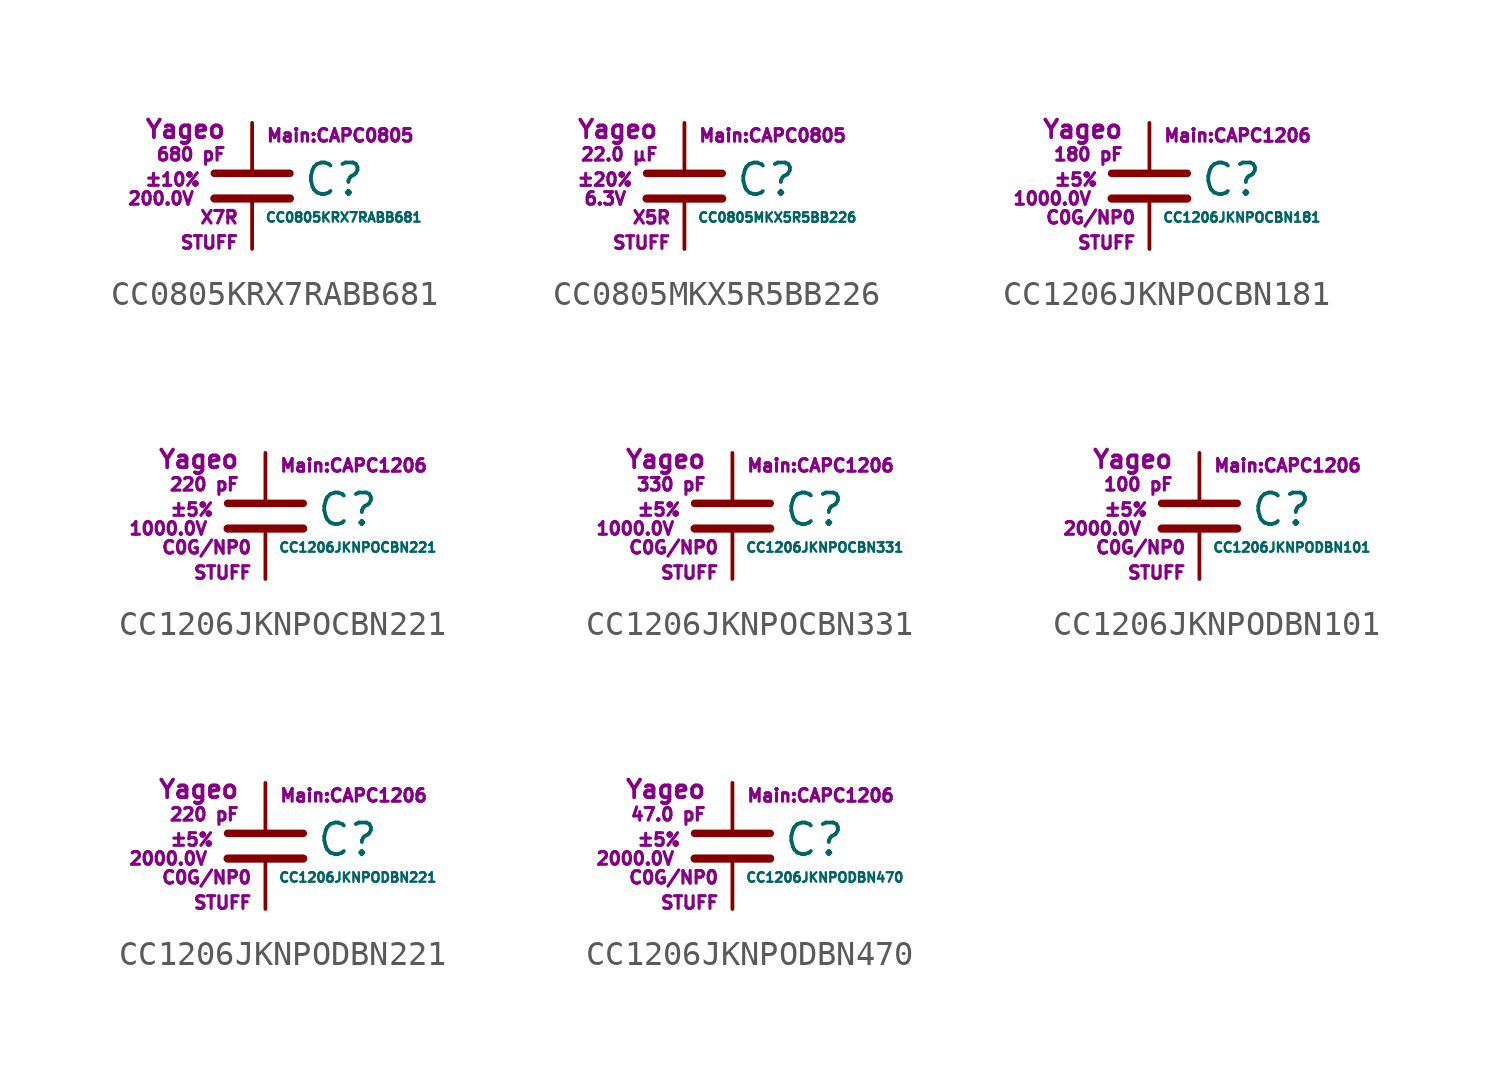
<source format=kicad_sym>
(kicad_symbol_lib
  (version 20211014)
  (generator kicad_symbol_editor)
  (symbol "CC0805KRX7RABB681"
    (pin_numbers hide)
    (pin_names
      (offset 0.254) hide)
    (property "Reference" "C"
      (at 2.032 0.254 0)
      (effects (font (size 1.27 1.27)) (justify left)))
    (property "Value" "CC0805KRX7RABB681"
      (at 0.508 -1.27 0)
      (effects (font (size 0.381 0.381)) (justify left)))
    (property "Footprint" "Main:CAPC0805"
      (at 3.556 2.032 0)
      (effects (font (size 0.508 0.508))))
    (property "Datasheet" ""
      (at 0.762 0.508 0)
      (effects (font (size 1.27 1.27))))
    (property "Manufacturer" "Yageo"
      (at -1.016 2.286 0)
      (effects (font (size 0.711 0.711)) (justify right)))
    (property "SKU" "STUFF"
      (at -0.508 -2.286 0)
      (effects (font (size 0.508 0.508)) (justify right)))
    (property "C" "680 pF"
      (at -1.016 1.27 0)
      (effects (font (size 0.508 0.508)) (justify right)))
    (property "Tol" "±10%"
      (at -2.032 0.254 0)
      (effects (font (size 0.508 0.508)) (justify right)))
    (property "Vmax" "200.0V"
      (at -2.286 -0.508 0)
      (effects (font (size 0.508 0.508)) (justify right)))
    (property "Type" "X7R"
      (at -0.508 -1.27 0)
      (effects (font (size 0.508 0.508)) (justify right)))
    (symbol "CC0805KRX7RABB681_0_1"
      (polyline (pts (xy -1.524 -0.508) (xy 1.524 -0.508)) (stroke (width 0.33) (type default) (color 0 0 0 0)) (fill (type none)))
      (polyline (pts (xy -1.524 0.508) (xy 1.524 0.508)) (stroke (width 0.305) (type default) (color 0 0 0 0)) (fill (type none))))
    (symbol "CC0805KRX7RABB681_1_1"
      (pin passive line (at 0 2.54 270) (length 1.905) (name "~" (effects (font (size 1.016 1.016)))) (number "1" (effects (font (size 1.016 1.016)))))
      (pin passive line (at 0 -2.54 90) (length 2.032) (name "~" (effects (font (size 1.016 1.016)))) (number "2" (effects (font (size 1.016 1.016)))))))
  (symbol "CC0805MKX5R5BB226"
    (pin_numbers hide)
    (pin_names
      (offset 0.254) hide)
    (property "Reference" "C"
      (at 2.032 0.254 0)
      (effects (font (size 1.27 1.27)) (justify left)))
    (property "Value" "CC0805MKX5R5BB226"
      (at 0.508 -1.27 0)
      (effects (font (size 0.381 0.381)) (justify left)))
    (property "Footprint" "Main:CAPC0805"
      (at 3.556 2.032 0)
      (effects (font (size 0.508 0.508))))
    (property "Datasheet" ""
      (at 0.762 0.508 0)
      (effects (font (size 1.27 1.27))))
    (property "Manufacturer" "Yageo"
      (at -1.016 2.286 0)
      (effects (font (size 0.711 0.711)) (justify right)))
    (property "SKU" "STUFF"
      (at -0.508 -2.286 0)
      (effects (font (size 0.508 0.508)) (justify right)))
    (property "C" "22.0 µF"
      (at -1.016 1.27 0)
      (effects (font (size 0.508 0.508)) (justify right)))
    (property "Tol" "±20%"
      (at -2.032 0.254 0)
      (effects (font (size 0.508 0.508)) (justify right)))
    (property "Vmax" "6.3V"
      (at -2.286 -0.508 0)
      (effects (font (size 0.508 0.508)) (justify right)))
    (property "Type" "X5R"
      (at -0.508 -1.27 0)
      (effects (font (size 0.508 0.508)) (justify right)))
    (symbol "CC0805MKX5R5BB226_0_1"
      (polyline (pts (xy -1.524 -0.508) (xy 1.524 -0.508)) (stroke (width 0.33) (type default) (color 0 0 0 0)) (fill (type none)))
      (polyline (pts (xy -1.524 0.508) (xy 1.524 0.508)) (stroke (width 0.305) (type default) (color 0 0 0 0)) (fill (type none))))
    (symbol "CC0805MKX5R5BB226_1_1"
      (pin passive line (at 0 2.54 270) (length 1.905) (name "~" (effects (font (size 1.016 1.016)))) (number "1" (effects (font (size 1.016 1.016)))))
      (pin passive line (at 0 -2.54 90) (length 2.032) (name "~" (effects (font (size 1.016 1.016)))) (number "2" (effects (font (size 1.016 1.016)))))))
  (symbol "CC1206JKNPOCBN181"
    (pin_numbers hide)
    (pin_names
      (offset 0.254) hide)
    (property "Reference" "C"
      (at 2.032 0.254 0)
      (effects (font (size 1.27 1.27)) (justify left)))
    (property "Value" "CC1206JKNPOCBN181"
      (at 0.508 -1.27 0)
      (effects (font (size 0.381 0.381)) (justify left)))
    (property "Footprint" "Main:CAPC1206"
      (at 3.556 2.032 0)
      (effects (font (size 0.508 0.508))))
    (property "Datasheet" ""
      (at 0.762 0.508 0)
      (effects (font (size 1.27 1.27))))
    (property "Manufacturer" "Yageo"
      (at -1.016 2.286 0)
      (effects (font (size 0.711 0.711)) (justify right)))
    (property "SKU" "STUFF"
      (at -0.508 -2.286 0)
      (effects (font (size 0.508 0.508)) (justify right)))
    (property "C" "180 pF"
      (at -1.016 1.27 0)
      (effects (font (size 0.508 0.508)) (justify right)))
    (property "Tol" "±5%"
      (at -2.032 0.254 0)
      (effects (font (size 0.508 0.508)) (justify right)))
    (property "Vmax" "1000.0V"
      (at -2.286 -0.508 0)
      (effects (font (size 0.508 0.508)) (justify right)))
    (property "Type" "C0G/NP0"
      (at -0.508 -1.27 0)
      (effects (font (size 0.508 0.508)) (justify right)))
    (symbol "CC1206JKNPOCBN181_0_1"
      (polyline (pts (xy -1.524 -0.508) (xy 1.524 -0.508)) (stroke (width 0.33) (type default) (color 0 0 0 0)) (fill (type none)))
      (polyline (pts (xy -1.524 0.508) (xy 1.524 0.508)) (stroke (width 0.305) (type default) (color 0 0 0 0)) (fill (type none))))
    (symbol "CC1206JKNPOCBN181_1_1"
      (pin passive line (at 0 2.54 270) (length 1.905) (name "~" (effects (font (size 1.016 1.016)))) (number "1" (effects (font (size 1.016 1.016)))))
      (pin passive line (at 0 -2.54 90) (length 2.032) (name "~" (effects (font (size 1.016 1.016)))) (number "2" (effects (font (size 1.016 1.016)))))))
  (symbol "CC1206JKNPOCBN221"
    (pin_numbers hide)
    (pin_names
      (offset 0.254) hide)
    (property "Reference" "C"
      (at 2.032 0.254 0)
      (effects (font (size 1.27 1.27)) (justify left)))
    (property "Value" "CC1206JKNPOCBN221"
      (at 0.508 -1.27 0)
      (effects (font (size 0.381 0.381)) (justify left)))
    (property "Footprint" "Main:CAPC1206"
      (at 3.556 2.032 0)
      (effects (font (size 0.508 0.508))))
    (property "Datasheet" ""
      (at 0.762 0.508 0)
      (effects (font (size 1.27 1.27))))
    (property "Manufacturer" "Yageo"
      (at -1.016 2.286 0)
      (effects (font (size 0.711 0.711)) (justify right)))
    (property "SKU" "STUFF"
      (at -0.508 -2.286 0)
      (effects (font (size 0.508 0.508)) (justify right)))
    (property "C" "220 pF"
      (at -1.016 1.27 0)
      (effects (font (size 0.508 0.508)) (justify right)))
    (property "Tol" "±5%"
      (at -2.032 0.254 0)
      (effects (font (size 0.508 0.508)) (justify right)))
    (property "Vmax" "1000.0V"
      (at -2.286 -0.508 0)
      (effects (font (size 0.508 0.508)) (justify right)))
    (property "Type" "C0G/NP0"
      (at -0.508 -1.27 0)
      (effects (font (size 0.508 0.508)) (justify right)))
    (symbol "CC1206JKNPOCBN221_0_1"
      (polyline (pts (xy -1.524 -0.508) (xy 1.524 -0.508)) (stroke (width 0.33) (type default) (color 0 0 0 0)) (fill (type none)))
      (polyline (pts (xy -1.524 0.508) (xy 1.524 0.508)) (stroke (width 0.305) (type default) (color 0 0 0 0)) (fill (type none))))
    (symbol "CC1206JKNPOCBN221_1_1"
      (pin passive line (at 0 2.54 270) (length 1.905) (name "~" (effects (font (size 1.016 1.016)))) (number "1" (effects (font (size 1.016 1.016)))))
      (pin passive line (at 0 -2.54 90) (length 2.032) (name "~" (effects (font (size 1.016 1.016)))) (number "2" (effects (font (size 1.016 1.016)))))))
  (symbol "CC1206JKNPOCBN331"
    (pin_numbers hide)
    (pin_names
      (offset 0.254) hide)
    (property "Reference" "C"
      (at 2.032 0.254 0)
      (effects (font (size 1.27 1.27)) (justify left)))
    (property "Value" "CC1206JKNPOCBN331"
      (at 0.508 -1.27 0)
      (effects (font (size 0.381 0.381)) (justify left)))
    (property "Footprint" "Main:CAPC1206"
      (at 3.556 2.032 0)
      (effects (font (size 0.508 0.508))))
    (property "Datasheet" ""
      (at 0.762 0.508 0)
      (effects (font (size 1.27 1.27))))
    (property "Manufacturer" "Yageo"
      (at -1.016 2.286 0)
      (effects (font (size 0.711 0.711)) (justify right)))
    (property "SKU" "STUFF"
      (at -0.508 -2.286 0)
      (effects (font (size 0.508 0.508)) (justify right)))
    (property "C" "330 pF"
      (at -1.016 1.27 0)
      (effects (font (size 0.508 0.508)) (justify right)))
    (property "Tol" "±5%"
      (at -2.032 0.254 0)
      (effects (font (size 0.508 0.508)) (justify right)))
    (property "Vmax" "1000.0V"
      (at -2.286 -0.508 0)
      (effects (font (size 0.508 0.508)) (justify right)))
    (property "Type" "C0G/NP0"
      (at -0.508 -1.27 0)
      (effects (font (size 0.508 0.508)) (justify right)))
    (symbol "CC1206JKNPOCBN331_0_1"
      (polyline (pts (xy -1.524 -0.508) (xy 1.524 -0.508)) (stroke (width 0.33) (type default) (color 0 0 0 0)) (fill (type none)))
      (polyline (pts (xy -1.524 0.508) (xy 1.524 0.508)) (stroke (width 0.305) (type default) (color 0 0 0 0)) (fill (type none))))
    (symbol "CC1206JKNPOCBN331_1_1"
      (pin passive line (at 0 2.54 270) (length 1.905) (name "~" (effects (font (size 1.016 1.016)))) (number "1" (effects (font (size 1.016 1.016)))))
      (pin passive line (at 0 -2.54 90) (length 2.032) (name "~" (effects (font (size 1.016 1.016)))) (number "2" (effects (font (size 1.016 1.016)))))))
  (symbol "CC1206JKNPODBN101"
    (pin_numbers hide)
    (pin_names
      (offset 0.254) hide)
    (property "Reference" "C"
      (at 2.032 0.254 0)
      (effects (font (size 1.27 1.27)) (justify left)))
    (property "Value" "CC1206JKNPODBN101"
      (at 0.508 -1.27 0)
      (effects (font (size 0.381 0.381)) (justify left)))
    (property "Footprint" "Main:CAPC1206"
      (at 3.556 2.032 0)
      (effects (font (size 0.508 0.508))))
    (property "Datasheet" ""
      (at 0.762 0.508 0)
      (effects (font (size 1.27 1.27))))
    (property "Manufacturer" "Yageo"
      (at -1.016 2.286 0)
      (effects (font (size 0.711 0.711)) (justify right)))
    (property "SKU" "STUFF"
      (at -0.508 -2.286 0)
      (effects (font (size 0.508 0.508)) (justify right)))
    (property "C" "100 pF"
      (at -1.016 1.27 0)
      (effects (font (size 0.508 0.508)) (justify right)))
    (property "Tol" "±5%"
      (at -2.032 0.254 0)
      (effects (font (size 0.508 0.508)) (justify right)))
    (property "Vmax" "2000.0V"
      (at -2.286 -0.508 0)
      (effects (font (size 0.508 0.508)) (justify right)))
    (property "Type" "C0G/NP0"
      (at -0.508 -1.27 0)
      (effects (font (size 0.508 0.508)) (justify right)))
    (symbol "CC1206JKNPODBN101_0_1"
      (polyline (pts (xy -1.524 -0.508) (xy 1.524 -0.508)) (stroke (width 0.33) (type default) (color 0 0 0 0)) (fill (type none)))
      (polyline (pts (xy -1.524 0.508) (xy 1.524 0.508)) (stroke (width 0.305) (type default) (color 0 0 0 0)) (fill (type none))))
    (symbol "CC1206JKNPODBN101_1_1"
      (pin passive line (at 0 2.54 270) (length 1.905) (name "~" (effects (font (size 1.016 1.016)))) (number "1" (effects (font (size 1.016 1.016)))))
      (pin passive line (at 0 -2.54 90) (length 2.032) (name "~" (effects (font (size 1.016 1.016)))) (number "2" (effects (font (size 1.016 1.016)))))))
  (symbol "CC1206JKNPODBN221"
    (pin_numbers hide)
    (pin_names
      (offset 0.254) hide)
    (property "Reference" "C"
      (at 2.032 0.254 0)
      (effects (font (size 1.27 1.27)) (justify left)))
    (property "Value" "CC1206JKNPODBN221"
      (at 0.508 -1.27 0)
      (effects (font (size 0.381 0.381)) (justify left)))
    (property "Footprint" "Main:CAPC1206"
      (at 3.556 2.032 0)
      (effects (font (size 0.508 0.508))))
    (property "Datasheet" ""
      (at 0.762 0.508 0)
      (effects (font (size 1.27 1.27))))
    (property "Manufacturer" "Yageo"
      (at -1.016 2.286 0)
      (effects (font (size 0.711 0.711)) (justify right)))
    (property "SKU" "STUFF"
      (at -0.508 -2.286 0)
      (effects (font (size 0.508 0.508)) (justify right)))
    (property "C" "220 pF"
      (at -1.016 1.27 0)
      (effects (font (size 0.508 0.508)) (justify right)))
    (property "Tol" "±5%"
      (at -2.032 0.254 0)
      (effects (font (size 0.508 0.508)) (justify right)))
    (property "Vmax" "2000.0V"
      (at -2.286 -0.508 0)
      (effects (font (size 0.508 0.508)) (justify right)))
    (property "Type" "C0G/NP0"
      (at -0.508 -1.27 0)
      (effects (font (size 0.508 0.508)) (justify right)))
    (symbol "CC1206JKNPODBN221_0_1"
      (polyline (pts (xy -1.524 -0.508) (xy 1.524 -0.508)) (stroke (width 0.33) (type default) (color 0 0 0 0)) (fill (type none)))
      (polyline (pts (xy -1.524 0.508) (xy 1.524 0.508)) (stroke (width 0.305) (type default) (color 0 0 0 0)) (fill (type none))))
    (symbol "CC1206JKNPODBN221_1_1"
      (pin passive line (at 0 2.54 270) (length 1.905) (name "~" (effects (font (size 1.016 1.016)))) (number "1" (effects (font (size 1.016 1.016)))))
      (pin passive line (at 0 -2.54 90) (length 2.032) (name "~" (effects (font (size 1.016 1.016)))) (number "2" (effects (font (size 1.016 1.016)))))))
  (symbol "CC1206JKNPODBN470"
    (pin_numbers hide)
    (pin_names
      (offset 0.254) hide)
    (property "Reference" "C"
      (at 2.032 0.254 0)
      (effects (font (size 1.27 1.27)) (justify left)))
    (property "Value" "CC1206JKNPODBN470"
      (at 0.508 -1.27 0)
      (effects (font (size 0.381 0.381)) (justify left)))
    (property "Footprint" "Main:CAPC1206"
      (at 3.556 2.032 0)
      (effects (font (size 0.508 0.508))))
    (property "Datasheet" ""
      (at 0.762 0.508 0)
      (effects (font (size 1.27 1.27))))
    (property "Manufacturer" "Yageo"
      (at -1.016 2.286 0)
      (effects (font (size 0.711 0.711)) (justify right)))
    (property "SKU" "STUFF"
      (at -0.508 -2.286 0)
      (effects (font (size 0.508 0.508)) (justify right)))
    (property "C" "47.0 pF"
      (at -1.016 1.27 0)
      (effects (font (size 0.508 0.508)) (justify right)))
    (property "Tol" "±5%"
      (at -2.032 0.254 0)
      (effects (font (size 0.508 0.508)) (justify right)))
    (property "Vmax" "2000.0V"
      (at -2.286 -0.508 0)
      (effects (font (size 0.508 0.508)) (justify right)))
    (property "Type" "C0G/NP0"
      (at -0.508 -1.27 0)
      (effects (font (size 0.508 0.508)) (justify right)))
    (symbol "CC1206JKNPODBN470_0_1"
      (polyline (pts (xy -1.524 -0.508) (xy 1.524 -0.508)) (stroke (width 0.33) (type default) (color 0 0 0 0)) (fill (type none)))
      (polyline (pts (xy -1.524 0.508) (xy 1.524 0.508)) (stroke (width 0.305) (type default) (color 0 0 0 0)) (fill (type none))))
    (symbol "CC1206JKNPODBN470_1_1"
      (pin passive line (at 0 2.54 270) (length 1.905) (name "~" (effects (font (size 1.016 1.016)))) (number "1" (effects (font (size 1.016 1.016)))))
      (pin passive line (at 0 -2.54 90) (length 2.032) (name "~" (effects (font (size 1.016 1.016)))) (number "2" (effects (font (size 1.016 1.016))))))))
</source>
